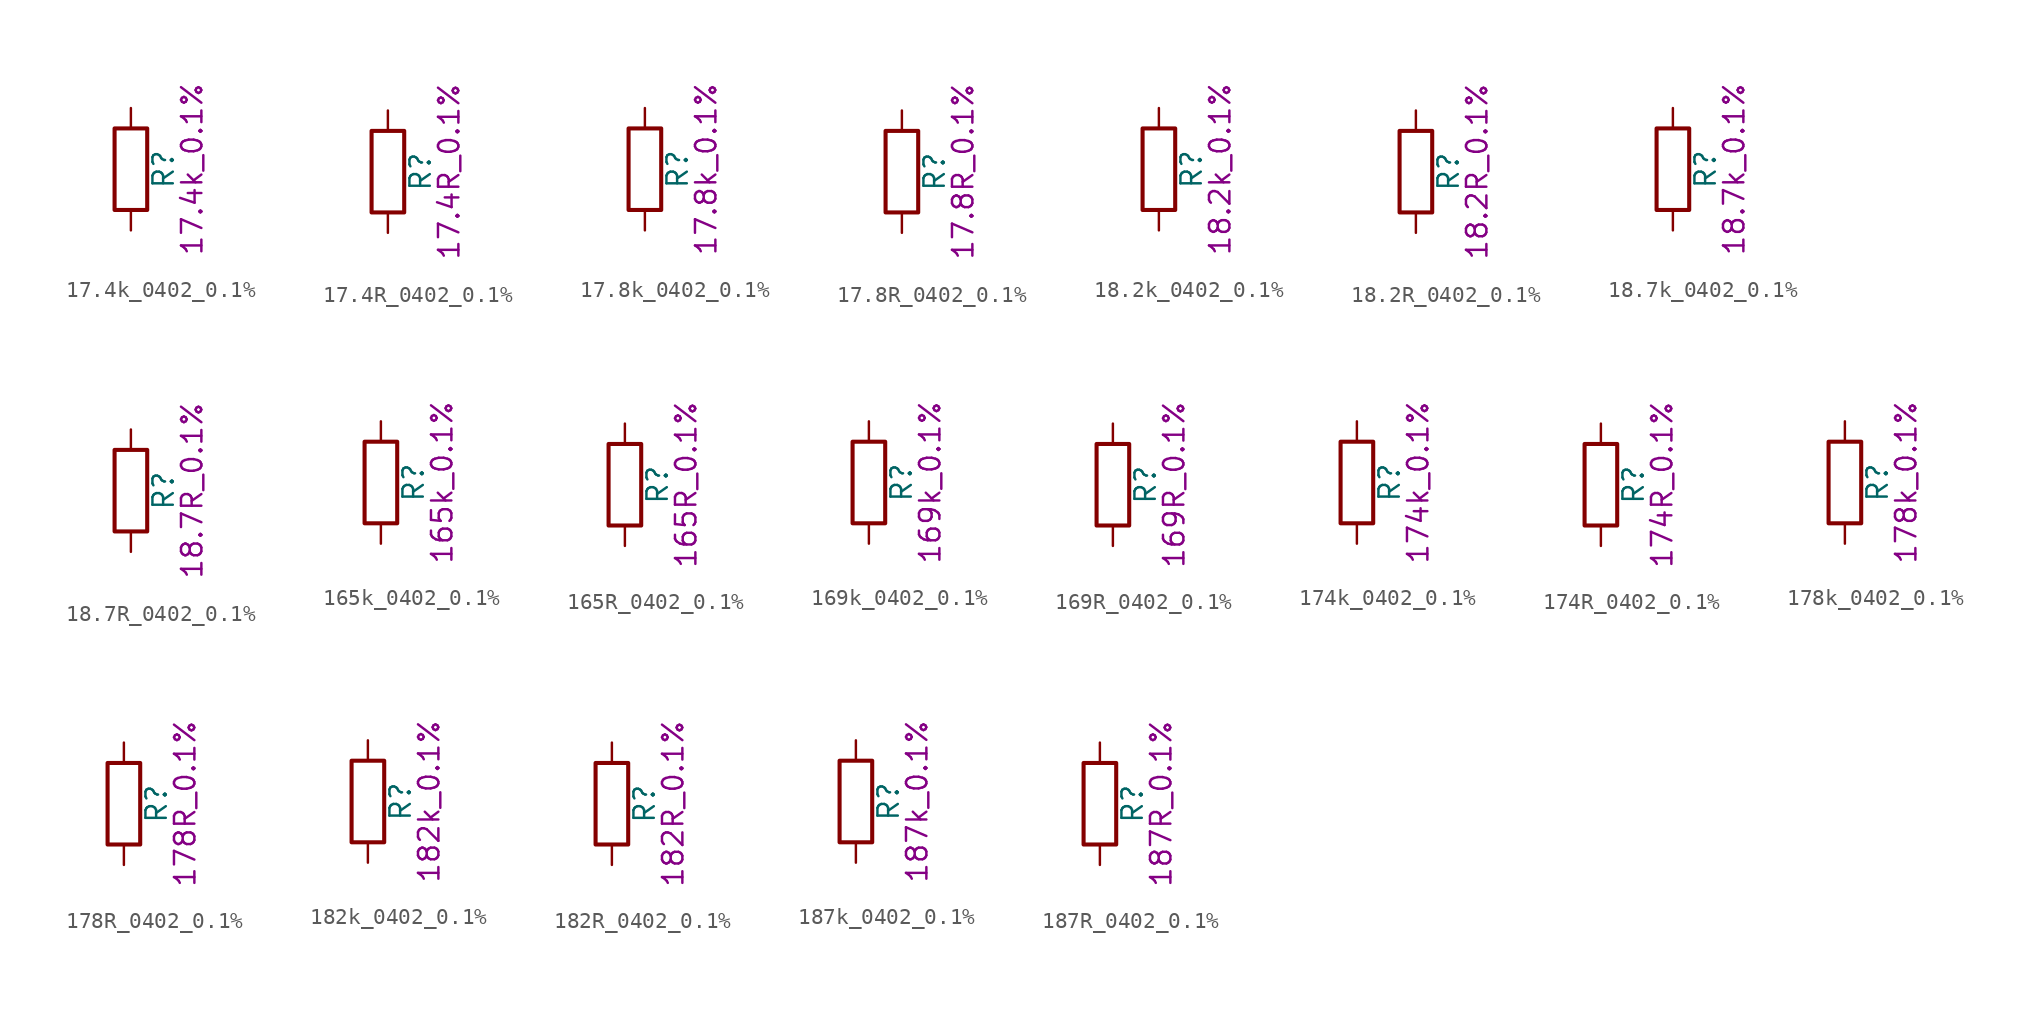
<source format=kicad_sym>
(kicad_symbol_lib
  (version 20211014)
  (generator kicad_symbol_editor)
  (symbol "17.4k_0402_0.1%"
    (pin_numbers hide)
    (pin_names
      (offset 0))
    (property "Reference" "R"
      (at 2.032 0 90)
      (effects (font (size 1.27 1.27))))
    (property "Display" "17.4k_0.1%"
      (at 3.81 0 90)
      (effects (font (size 1.27 1.27))))
    (symbol "17.4k_0402_0.1%_0_1"
      (rectangle (start -1.016 -2.54) (end 1.016 2.54) (stroke (width 0.254) (type default) (color 0 0 0 0)) (fill (type none))))
    (symbol "17.4k_0402_0.1%_1_1"
      (pin passive line (at 0 3.81 270) (length 1.27) (name "~" (effects (font (size 1.27 1.27)))) (number "1" (effects (font (size 1.27 1.27)))))
      (pin passive line (at 0 -3.81 90) (length 1.27) (name "~" (effects (font (size 1.27 1.27)))) (number "2" (effects (font (size 1.27 1.27)))))))
  (symbol "17.4R_0402_0.1%"
    (pin_numbers hide)
    (pin_names
      (offset 0))
    (property "Reference" "R"
      (at 2.032 0 90)
      (effects (font (size 1.27 1.27))))
    (property "Display" "17.4R_0.1%"
      (at 3.81 0 90)
      (effects (font (size 1.27 1.27))))
    (symbol "17.4R_0402_0.1%_0_1"
      (rectangle (start -1.016 -2.54) (end 1.016 2.54) (stroke (width 0.254) (type default) (color 0 0 0 0)) (fill (type none))))
    (symbol "17.4R_0402_0.1%_1_1"
      (pin passive line (at 0 3.81 270) (length 1.27) (name "~" (effects (font (size 1.27 1.27)))) (number "1" (effects (font (size 1.27 1.27)))))
      (pin passive line (at 0 -3.81 90) (length 1.27) (name "~" (effects (font (size 1.27 1.27)))) (number "2" (effects (font (size 1.27 1.27)))))))
  (symbol "17.8k_0402_0.1%"
    (pin_numbers hide)
    (pin_names
      (offset 0))
    (property "Reference" "R"
      (at 2.032 0 90)
      (effects (font (size 1.27 1.27))))
    (property "Display" "17.8k_0.1%"
      (at 3.81 0 90)
      (effects (font (size 1.27 1.27))))
    (symbol "17.8k_0402_0.1%_0_1"
      (rectangle (start -1.016 -2.54) (end 1.016 2.54) (stroke (width 0.254) (type default) (color 0 0 0 0)) (fill (type none))))
    (symbol "17.8k_0402_0.1%_1_1"
      (pin passive line (at 0 3.81 270) (length 1.27) (name "~" (effects (font (size 1.27 1.27)))) (number "1" (effects (font (size 1.27 1.27)))))
      (pin passive line (at 0 -3.81 90) (length 1.27) (name "~" (effects (font (size 1.27 1.27)))) (number "2" (effects (font (size 1.27 1.27)))))))
  (symbol "17.8R_0402_0.1%"
    (pin_numbers hide)
    (pin_names
      (offset 0))
    (property "Reference" "R"
      (at 2.032 0 90)
      (effects (font (size 1.27 1.27))))
    (property "Display" "17.8R_0.1%"
      (at 3.81 0 90)
      (effects (font (size 1.27 1.27))))
    (symbol "17.8R_0402_0.1%_0_1"
      (rectangle (start -1.016 -2.54) (end 1.016 2.54) (stroke (width 0.254) (type default) (color 0 0 0 0)) (fill (type none))))
    (symbol "17.8R_0402_0.1%_1_1"
      (pin passive line (at 0 3.81 270) (length 1.27) (name "~" (effects (font (size 1.27 1.27)))) (number "1" (effects (font (size 1.27 1.27)))))
      (pin passive line (at 0 -3.81 90) (length 1.27) (name "~" (effects (font (size 1.27 1.27)))) (number "2" (effects (font (size 1.27 1.27)))))))
  (symbol "18.2k_0402_0.1%"
    (pin_numbers hide)
    (pin_names
      (offset 0))
    (property "Reference" "R"
      (at 2.032 0 90)
      (effects (font (size 1.27 1.27))))
    (property "Display" "18.2k_0.1%"
      (at 3.81 0 90)
      (effects (font (size 1.27 1.27))))
    (symbol "18.2k_0402_0.1%_0_1"
      (rectangle (start -1.016 -2.54) (end 1.016 2.54) (stroke (width 0.254) (type default) (color 0 0 0 0)) (fill (type none))))
    (symbol "18.2k_0402_0.1%_1_1"
      (pin passive line (at 0 3.81 270) (length 1.27) (name "~" (effects (font (size 1.27 1.27)))) (number "1" (effects (font (size 1.27 1.27)))))
      (pin passive line (at 0 -3.81 90) (length 1.27) (name "~" (effects (font (size 1.27 1.27)))) (number "2" (effects (font (size 1.27 1.27)))))))
  (symbol "18.2R_0402_0.1%"
    (pin_numbers hide)
    (pin_names
      (offset 0))
    (property "Reference" "R"
      (at 2.032 0 90)
      (effects (font (size 1.27 1.27))))
    (property "Display" "18.2R_0.1%"
      (at 3.81 0 90)
      (effects (font (size 1.27 1.27))))
    (symbol "18.2R_0402_0.1%_0_1"
      (rectangle (start -1.016 -2.54) (end 1.016 2.54) (stroke (width 0.254) (type default) (color 0 0 0 0)) (fill (type none))))
    (symbol "18.2R_0402_0.1%_1_1"
      (pin passive line (at 0 3.81 270) (length 1.27) (name "~" (effects (font (size 1.27 1.27)))) (number "1" (effects (font (size 1.27 1.27)))))
      (pin passive line (at 0 -3.81 90) (length 1.27) (name "~" (effects (font (size 1.27 1.27)))) (number "2" (effects (font (size 1.27 1.27)))))))
  (symbol "18.7k_0402_0.1%"
    (pin_numbers hide)
    (pin_names
      (offset 0))
    (property "Reference" "R"
      (at 2.032 0 90)
      (effects (font (size 1.27 1.27))))
    (property "Display" "18.7k_0.1%"
      (at 3.81 0 90)
      (effects (font (size 1.27 1.27))))
    (symbol "18.7k_0402_0.1%_0_1"
      (rectangle (start -1.016 -2.54) (end 1.016 2.54) (stroke (width 0.254) (type default) (color 0 0 0 0)) (fill (type none))))
    (symbol "18.7k_0402_0.1%_1_1"
      (pin passive line (at 0 3.81 270) (length 1.27) (name "~" (effects (font (size 1.27 1.27)))) (number "1" (effects (font (size 1.27 1.27)))))
      (pin passive line (at 0 -3.81 90) (length 1.27) (name "~" (effects (font (size 1.27 1.27)))) (number "2" (effects (font (size 1.27 1.27)))))))
  (symbol "18.7R_0402_0.1%"
    (pin_numbers hide)
    (pin_names
      (offset 0))
    (property "Reference" "R"
      (at 2.032 0 90)
      (effects (font (size 1.27 1.27))))
    (property "Display" "18.7R_0.1%"
      (at 3.81 0 90)
      (effects (font (size 1.27 1.27))))
    (symbol "18.7R_0402_0.1%_0_1"
      (rectangle (start -1.016 -2.54) (end 1.016 2.54) (stroke (width 0.254) (type default) (color 0 0 0 0)) (fill (type none))))
    (symbol "18.7R_0402_0.1%_1_1"
      (pin passive line (at 0 3.81 270) (length 1.27) (name "~" (effects (font (size 1.27 1.27)))) (number "1" (effects (font (size 1.27 1.27)))))
      (pin passive line (at 0 -3.81 90) (length 1.27) (name "~" (effects (font (size 1.27 1.27)))) (number "2" (effects (font (size 1.27 1.27)))))))
  (symbol "165k_0402_0.1%"
    (pin_numbers hide)
    (pin_names
      (offset 0))
    (property "Reference" "R"
      (at 2.032 0 90)
      (effects (font (size 1.27 1.27))))
    (property "Display" "165k_0.1%"
      (at 3.81 0 90)
      (effects (font (size 1.27 1.27))))
    (symbol "165k_0402_0.1%_0_1"
      (rectangle (start -1.016 -2.54) (end 1.016 2.54) (stroke (width 0.254) (type default) (color 0 0 0 0)) (fill (type none))))
    (symbol "165k_0402_0.1%_1_1"
      (pin passive line (at 0 3.81 270) (length 1.27) (name "~" (effects (font (size 1.27 1.27)))) (number "1" (effects (font (size 1.27 1.27)))))
      (pin passive line (at 0 -3.81 90) (length 1.27) (name "~" (effects (font (size 1.27 1.27)))) (number "2" (effects (font (size 1.27 1.27)))))))
  (symbol "165R_0402_0.1%"
    (pin_numbers hide)
    (pin_names
      (offset 0))
    (property "Reference" "R"
      (at 2.032 0 90)
      (effects (font (size 1.27 1.27))))
    (property "Display" "165R_0.1%"
      (at 3.81 0 90)
      (effects (font (size 1.27 1.27))))
    (symbol "165R_0402_0.1%_0_1"
      (rectangle (start -1.016 -2.54) (end 1.016 2.54) (stroke (width 0.254) (type default) (color 0 0 0 0)) (fill (type none))))
    (symbol "165R_0402_0.1%_1_1"
      (pin passive line (at 0 3.81 270) (length 1.27) (name "~" (effects (font (size 1.27 1.27)))) (number "1" (effects (font (size 1.27 1.27)))))
      (pin passive line (at 0 -3.81 90) (length 1.27) (name "~" (effects (font (size 1.27 1.27)))) (number "2" (effects (font (size 1.27 1.27)))))))
  (symbol "169k_0402_0.1%"
    (pin_numbers hide)
    (pin_names
      (offset 0))
    (property "Reference" "R"
      (at 2.032 0 90)
      (effects (font (size 1.27 1.27))))
    (property "Display" "169k_0.1%"
      (at 3.81 0 90)
      (effects (font (size 1.27 1.27))))
    (symbol "169k_0402_0.1%_0_1"
      (rectangle (start -1.016 -2.54) (end 1.016 2.54) (stroke (width 0.254) (type default) (color 0 0 0 0)) (fill (type none))))
    (symbol "169k_0402_0.1%_1_1"
      (pin passive line (at 0 3.81 270) (length 1.27) (name "~" (effects (font (size 1.27 1.27)))) (number "1" (effects (font (size 1.27 1.27)))))
      (pin passive line (at 0 -3.81 90) (length 1.27) (name "~" (effects (font (size 1.27 1.27)))) (number "2" (effects (font (size 1.27 1.27)))))))
  (symbol "169R_0402_0.1%"
    (pin_numbers hide)
    (pin_names
      (offset 0))
    (property "Reference" "R"
      (at 2.032 0 90)
      (effects (font (size 1.27 1.27))))
    (property "Display" "169R_0.1%"
      (at 3.81 0 90)
      (effects (font (size 1.27 1.27))))
    (symbol "169R_0402_0.1%_0_1"
      (rectangle (start -1.016 -2.54) (end 1.016 2.54) (stroke (width 0.254) (type default) (color 0 0 0 0)) (fill (type none))))
    (symbol "169R_0402_0.1%_1_1"
      (pin passive line (at 0 3.81 270) (length 1.27) (name "~" (effects (font (size 1.27 1.27)))) (number "1" (effects (font (size 1.27 1.27)))))
      (pin passive line (at 0 -3.81 90) (length 1.27) (name "~" (effects (font (size 1.27 1.27)))) (number "2" (effects (font (size 1.27 1.27)))))))
  (symbol "174k_0402_0.1%"
    (pin_numbers hide)
    (pin_names
      (offset 0))
    (property "Reference" "R"
      (at 2.032 0 90)
      (effects (font (size 1.27 1.27))))
    (property "Display" "174k_0.1%"
      (at 3.81 0 90)
      (effects (font (size 1.27 1.27))))
    (symbol "174k_0402_0.1%_0_1"
      (rectangle (start -1.016 -2.54) (end 1.016 2.54) (stroke (width 0.254) (type default) (color 0 0 0 0)) (fill (type none))))
    (symbol "174k_0402_0.1%_1_1"
      (pin passive line (at 0 3.81 270) (length 1.27) (name "~" (effects (font (size 1.27 1.27)))) (number "1" (effects (font (size 1.27 1.27)))))
      (pin passive line (at 0 -3.81 90) (length 1.27) (name "~" (effects (font (size 1.27 1.27)))) (number "2" (effects (font (size 1.27 1.27)))))))
  (symbol "174R_0402_0.1%"
    (pin_numbers hide)
    (pin_names
      (offset 0))
    (property "Reference" "R"
      (at 2.032 0 90)
      (effects (font (size 1.27 1.27))))
    (property "Display" "174R_0.1%"
      (at 3.81 0 90)
      (effects (font (size 1.27 1.27))))
    (symbol "174R_0402_0.1%_0_1"
      (rectangle (start -1.016 -2.54) (end 1.016 2.54) (stroke (width 0.254) (type default) (color 0 0 0 0)) (fill (type none))))
    (symbol "174R_0402_0.1%_1_1"
      (pin passive line (at 0 3.81 270) (length 1.27) (name "~" (effects (font (size 1.27 1.27)))) (number "1" (effects (font (size 1.27 1.27)))))
      (pin passive line (at 0 -3.81 90) (length 1.27) (name "~" (effects (font (size 1.27 1.27)))) (number "2" (effects (font (size 1.27 1.27)))))))
  (symbol "178k_0402_0.1%"
    (pin_numbers hide)
    (pin_names
      (offset 0))
    (property "Reference" "R"
      (at 2.032 0 90)
      (effects (font (size 1.27 1.27))))
    (property "Display" "178k_0.1%"
      (at 3.81 0 90)
      (effects (font (size 1.27 1.27))))
    (symbol "178k_0402_0.1%_0_1"
      (rectangle (start -1.016 -2.54) (end 1.016 2.54) (stroke (width 0.254) (type default) (color 0 0 0 0)) (fill (type none))))
    (symbol "178k_0402_0.1%_1_1"
      (pin passive line (at 0 3.81 270) (length 1.27) (name "~" (effects (font (size 1.27 1.27)))) (number "1" (effects (font (size 1.27 1.27)))))
      (pin passive line (at 0 -3.81 90) (length 1.27) (name "~" (effects (font (size 1.27 1.27)))) (number "2" (effects (font (size 1.27 1.27)))))))
  (symbol "178R_0402_0.1%"
    (pin_numbers hide)
    (pin_names
      (offset 0))
    (property "Reference" "R"
      (at 2.032 0 90)
      (effects (font (size 1.27 1.27))))
    (property "Display" "178R_0.1%"
      (at 3.81 0 90)
      (effects (font (size 1.27 1.27))))
    (symbol "178R_0402_0.1%_0_1"
      (rectangle (start -1.016 -2.54) (end 1.016 2.54) (stroke (width 0.254) (type default) (color 0 0 0 0)) (fill (type none))))
    (symbol "178R_0402_0.1%_1_1"
      (pin passive line (at 0 3.81 270) (length 1.27) (name "~" (effects (font (size 1.27 1.27)))) (number "1" (effects (font (size 1.27 1.27)))))
      (pin passive line (at 0 -3.81 90) (length 1.27) (name "~" (effects (font (size 1.27 1.27)))) (number "2" (effects (font (size 1.27 1.27)))))))
  (symbol "182k_0402_0.1%"
    (pin_numbers hide)
    (pin_names
      (offset 0))
    (property "Reference" "R"
      (at 2.032 0 90)
      (effects (font (size 1.27 1.27))))
    (property "Display" "182k_0.1%"
      (at 3.81 0 90)
      (effects (font (size 1.27 1.27))))
    (symbol "182k_0402_0.1%_0_1"
      (rectangle (start -1.016 -2.54) (end 1.016 2.54) (stroke (width 0.254) (type default) (color 0 0 0 0)) (fill (type none))))
    (symbol "182k_0402_0.1%_1_1"
      (pin passive line (at 0 3.81 270) (length 1.27) (name "~" (effects (font (size 1.27 1.27)))) (number "1" (effects (font (size 1.27 1.27)))))
      (pin passive line (at 0 -3.81 90) (length 1.27) (name "~" (effects (font (size 1.27 1.27)))) (number "2" (effects (font (size 1.27 1.27)))))))
  (symbol "182R_0402_0.1%"
    (pin_numbers hide)
    (pin_names
      (offset 0))
    (property "Reference" "R"
      (at 2.032 0 90)
      (effects (font (size 1.27 1.27))))
    (property "Display" "182R_0.1%"
      (at 3.81 0 90)
      (effects (font (size 1.27 1.27))))
    (symbol "182R_0402_0.1%_0_1"
      (rectangle (start -1.016 -2.54) (end 1.016 2.54) (stroke (width 0.254) (type default) (color 0 0 0 0)) (fill (type none))))
    (symbol "182R_0402_0.1%_1_1"
      (pin passive line (at 0 3.81 270) (length 1.27) (name "~" (effects (font (size 1.27 1.27)))) (number "1" (effects (font (size 1.27 1.27)))))
      (pin passive line (at 0 -3.81 90) (length 1.27) (name "~" (effects (font (size 1.27 1.27)))) (number "2" (effects (font (size 1.27 1.27)))))))
  (symbol "187k_0402_0.1%"
    (pin_numbers hide)
    (pin_names
      (offset 0))
    (property "Reference" "R"
      (at 2.032 0 90)
      (effects (font (size 1.27 1.27))))
    (property "Display" "187k_0.1%"
      (at 3.81 0 90)
      (effects (font (size 1.27 1.27))))
    (symbol "187k_0402_0.1%_0_1"
      (rectangle (start -1.016 -2.54) (end 1.016 2.54) (stroke (width 0.254) (type default) (color 0 0 0 0)) (fill (type none))))
    (symbol "187k_0402_0.1%_1_1"
      (pin passive line (at 0 3.81 270) (length 1.27) (name "~" (effects (font (size 1.27 1.27)))) (number "1" (effects (font (size 1.27 1.27)))))
      (pin passive line (at 0 -3.81 90) (length 1.27) (name "~" (effects (font (size 1.27 1.27)))) (number "2" (effects (font (size 1.27 1.27)))))))
  (symbol "187R_0402_0.1%"
    (pin_numbers hide)
    (pin_names
      (offset 0))
    (property "Reference" "R"
      (at 2.032 0 90)
      (effects (font (size 1.27 1.27))))
    (property "Display" "187R_0.1%"
      (at 3.81 0 90)
      (effects (font (size 1.27 1.27))))
    (symbol "187R_0402_0.1%_0_1"
      (rectangle (start -1.016 -2.54) (end 1.016 2.54) (stroke (width 0.254) (type default) (color 0 0 0 0)) (fill (type none))))
    (symbol "187R_0402_0.1%_1_1"
      (pin passive line (at 0 3.81 270) (length 1.27) (name "~" (effects (font (size 1.27 1.27)))) (number "1" (effects (font (size 1.27 1.27)))))
      (pin passive line (at 0 -3.81 90) (length 1.27) (name "~" (effects (font (size 1.27 1.27)))) (number "2" (effects (font (size 1.27 1.27))))))))
</source>
